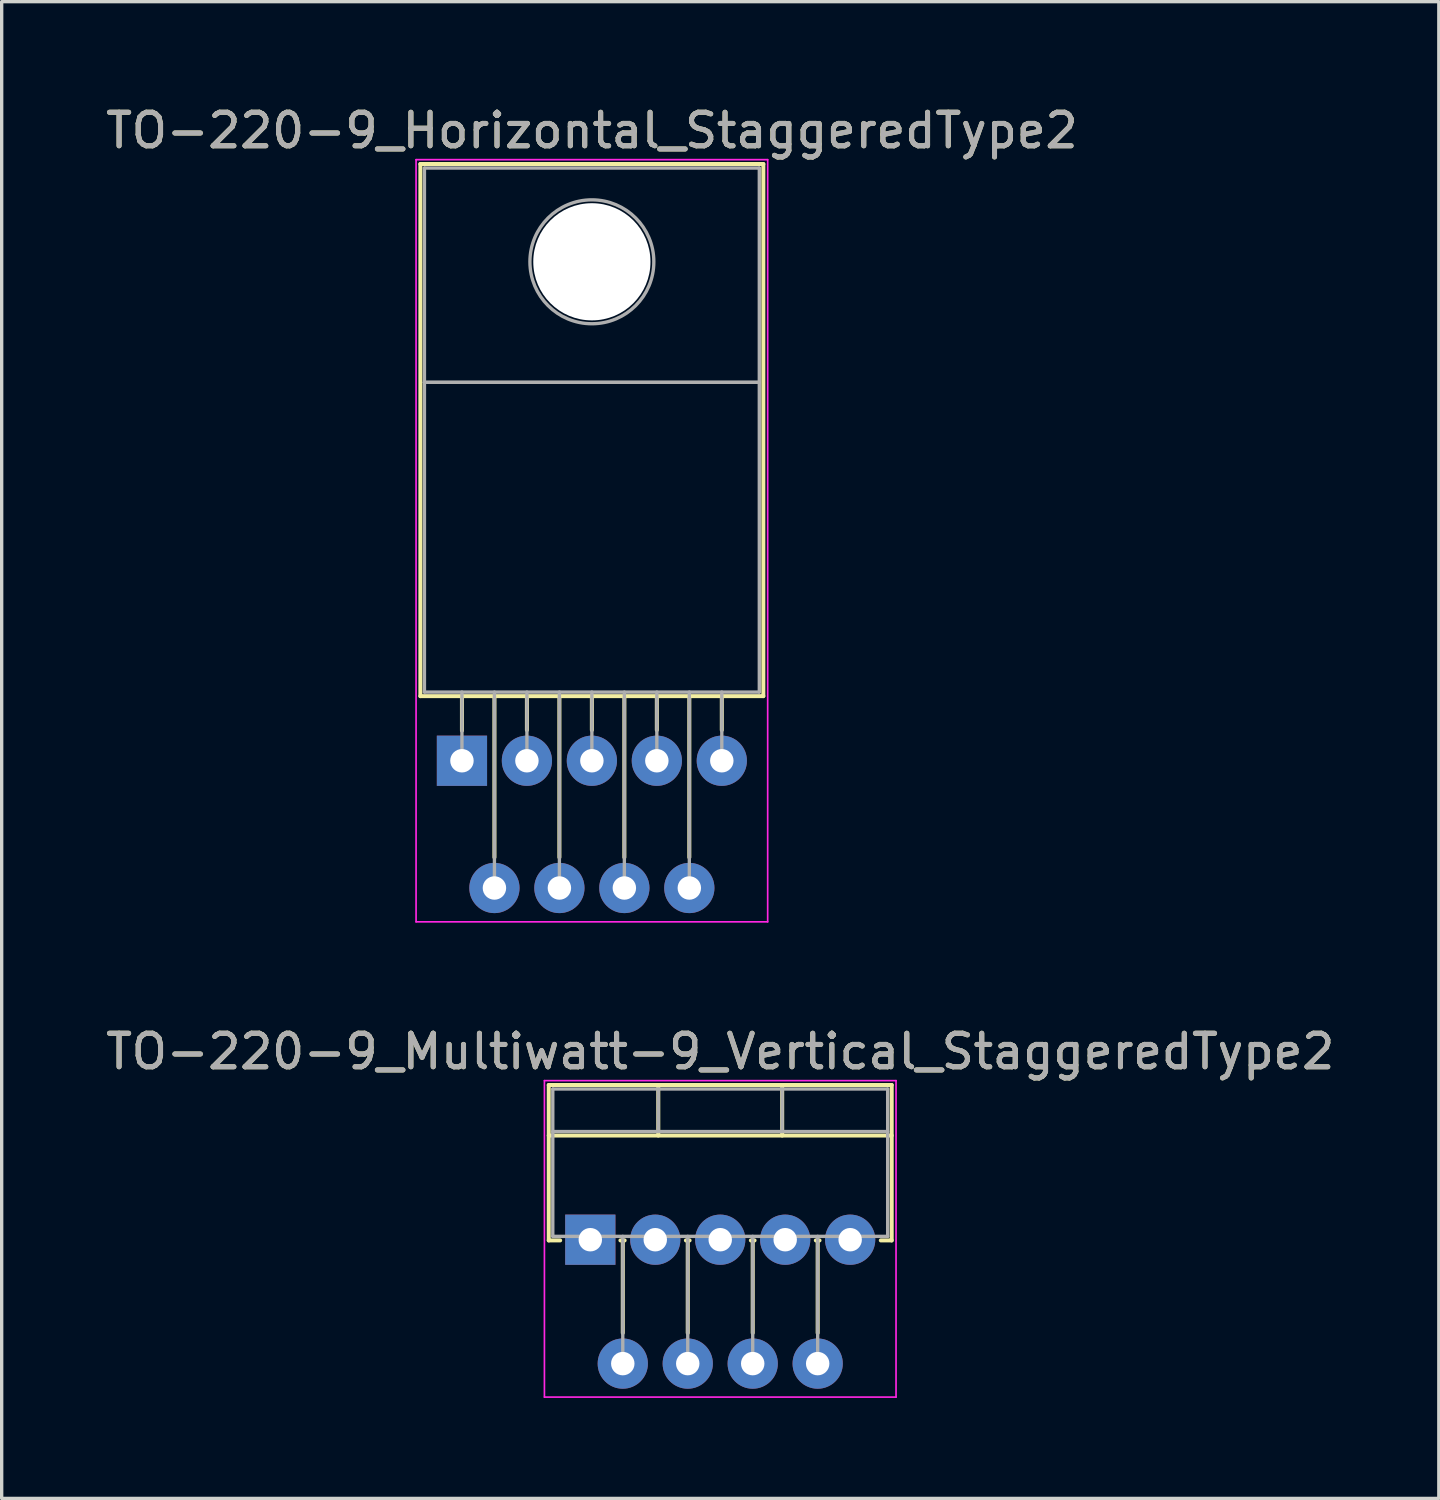
<source format=kicad_pcb>
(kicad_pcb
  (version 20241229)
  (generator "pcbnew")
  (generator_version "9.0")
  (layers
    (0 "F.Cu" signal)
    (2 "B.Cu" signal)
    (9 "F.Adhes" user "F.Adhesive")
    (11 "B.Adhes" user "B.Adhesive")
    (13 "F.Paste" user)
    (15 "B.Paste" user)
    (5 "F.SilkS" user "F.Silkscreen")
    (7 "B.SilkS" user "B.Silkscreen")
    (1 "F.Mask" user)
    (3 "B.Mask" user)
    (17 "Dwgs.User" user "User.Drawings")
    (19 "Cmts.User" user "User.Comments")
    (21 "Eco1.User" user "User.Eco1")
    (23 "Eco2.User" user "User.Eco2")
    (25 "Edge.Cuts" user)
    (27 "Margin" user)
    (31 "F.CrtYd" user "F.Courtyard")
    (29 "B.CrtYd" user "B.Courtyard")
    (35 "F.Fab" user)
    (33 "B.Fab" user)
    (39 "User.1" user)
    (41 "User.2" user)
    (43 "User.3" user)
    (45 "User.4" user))
  (footprint "TO-220-9_Horizontal_StaggeredType2"
    (layer "F.Cu")
    (at 10.745 19.668)
    (property "Reference" "TO-220-9_Horizontal_StaggeredType2" (at 3.88 -18.82 0) (layer "F.SilkS") (effects (font (size 1 1) (thickness 0.15))))
    (attr through_hole)
    (fp_line (start -1.241 -17.82) (end -1.241 -1.93) (stroke (width 0.12) (type solid)) (layer "F.SilkS"))
    (fp_line (start -1.241 -17.82) (end 9 -17.82) (stroke (width 0.12) (type solid)) (layer "F.SilkS"))
    (fp_line (start -1.241 -1.93) (end 9 -1.93) (stroke (width 0.12) (type solid)) (layer "F.SilkS"))
    (fp_line (start 0 -1.93) (end 0 -0.9) (stroke (width 0.12) (type solid)) (layer "F.SilkS"))
    (fp_line (start 0.97 -1.93) (end 0.97 2.885) (stroke (width 0.12) (type solid)) (layer "F.SilkS"))
    (fp_line (start 1.94 -1.93) (end 1.94 -0.916) (stroke (width 0.12) (type solid)) (layer "F.SilkS"))
    (fp_line (start 2.91 -1.93) (end 2.91 2.885) (stroke (width 0.12) (type solid)) (layer "F.SilkS"))
    (fp_line (start 3.88 -1.93) (end 3.88 -0.916) (stroke (width 0.12) (type solid)) (layer "F.SilkS"))
    (fp_line (start 4.85 -1.93) (end 4.85 2.885) (stroke (width 0.12) (type solid)) (layer "F.SilkS"))
    (fp_line (start 5.82 -1.93) (end 5.82 -0.916) (stroke (width 0.12) (type solid)) (layer "F.SilkS"))
    (fp_line (start 6.79 -1.93) (end 6.79 2.885) (stroke (width 0.12) (type solid)) (layer "F.SilkS"))
    (fp_line (start 7.76 -1.93) (end 7.76 -0.916) (stroke (width 0.12) (type solid)) (layer "F.SilkS"))
    (fp_line (start 9 -17.82) (end 9 -1.93) (stroke (width 0.12) (type solid)) (layer "F.SilkS"))
    (fp_line (start -1.37 -17.95) (end -1.37 4.81) (stroke (width 0.05) (type solid)) (layer "F.CrtYd"))
    (fp_line (start -1.37 4.81) (end 9.13 4.81) (stroke (width 0.05) (type solid)) (layer "F.CrtYd"))
    (fp_line (start 9.13 -17.95) (end -1.37 -17.95) (stroke (width 0.05) (type solid)) (layer "F.CrtYd"))
    (fp_line (start 9.13 4.81) (end 9.13 -17.95) (stroke (width 0.05) (type solid)) (layer "F.CrtYd"))
    (fp_line (start -1.12 -17.7) (end 8.88 -17.7) (stroke (width 0.1) (type solid)) (layer "F.Fab"))
    (fp_line (start -1.12 -11.3) (end -1.12 -17.7) (stroke (width 0.1) (type solid)) (layer "F.Fab"))
    (fp_line (start -1.12 -11.3) (end 8.88 -11.3) (stroke (width 0.1) (type solid)) (layer "F.Fab"))
    (fp_line (start -1.12 -2.05) (end -1.12 -11.3) (stroke (width 0.1) (type solid)) (layer "F.Fab"))
    (fp_line (start 0 -2.05) (end 0 0) (stroke (width 0.1) (type solid)) (layer "F.Fab"))
    (fp_line (start 0.97 -2.05) (end 0.97 3.8) (stroke (width 0.1) (type solid)) (layer "F.Fab"))
    (fp_line (start 1.94 -2.05) (end 1.94 0) (stroke (width 0.1) (type solid)) (layer "F.Fab"))
    (fp_line (start 2.91 -2.05) (end 2.91 3.8) (stroke (width 0.1) (type solid)) (layer "F.Fab"))
    (fp_line (start 3.88 -2.05) (end 3.88 0) (stroke (width 0.1) (type solid)) (layer "F.Fab"))
    (fp_line (start 4.85 -2.05) (end 4.85 3.8) (stroke (width 0.1) (type solid)) (layer "F.Fab"))
    (fp_line (start 5.82 -2.05) (end 5.82 0) (stroke (width 0.1) (type solid)) (layer "F.Fab"))
    (fp_line (start 6.79 -2.05) (end 6.79 3.8) (stroke (width 0.1) (type solid)) (layer "F.Fab"))
    (fp_line (start 7.76 -2.05) (end 7.76 0) (stroke (width 0.1) (type solid)) (layer "F.Fab"))
    (fp_line (start 8.88 -17.7) (end 8.88 -11.3) (stroke (width 0.1) (type solid)) (layer "F.Fab"))
    (fp_line (start 8.88 -11.3) (end -1.12 -11.3) (stroke (width 0.1) (type solid)) (layer "F.Fab"))
    (fp_line (start 8.88 -11.3) (end 8.88 -2.05) (stroke (width 0.1) (type solid)) (layer "F.Fab"))
    (fp_line (start 8.88 -2.05) (end -1.12 -2.05) (stroke (width 0.1) (type solid)) (layer "F.Fab"))
    (fp_circle (center 3.88 -14.9) (end 5.73 -14.9) (stroke (width 0.1) (type solid)) (fill no) (layer "F.Fab"))
    (fp_text user "${REFERENCE}" (at 3.88 -18.82 0) (layer "F.Fab") (effects (font (size 1 1) (thickness 0.15))))
    (pad "" np_thru_hole oval (at 3.88 -14.9) (size 3.5 3.5) (drill 3.5) (layers "*.Cu" "*.Mask"))
    (pad "1" thru_hole rect (at 0 0) (size 1.5 1.5) (drill 0.7) (layers "*.Cu" "*.Mask"))
    (pad "2" thru_hole oval (at 0.97 3.8) (size 1.5 1.5) (drill 0.7) (layers "*.Cu" "*.Mask"))
    (pad "3" thru_hole oval (at 1.94 0) (size 1.5 1.5) (drill 0.7) (layers "*.Cu" "*.Mask"))
    (pad "4" thru_hole oval (at 2.91 3.8) (size 1.5 1.5) (drill 0.7) (layers "*.Cu" "*.Mask"))
    (pad "5" thru_hole oval (at 3.88 0) (size 1.5 1.5) (drill 0.7) (layers "*.Cu" "*.Mask"))
    (pad "6" thru_hole oval (at 4.85 3.8) (size 1.5 1.5) (drill 0.7) (layers "*.Cu" "*.Mask"))
    (pad "7" thru_hole oval (at 5.82 0) (size 1.5 1.5) (drill 0.7) (layers "*.Cu" "*.Mask"))
    (pad "8" thru_hole oval (at 6.79 3.8) (size 1.5 1.5) (drill 0.7) (layers "*.Cu" "*.Mask"))
    (pad "9" thru_hole oval (at 7.76 0) (size 1.5 1.5) (drill 0.7) (layers "*.Cu" "*.Mask")))
  (footprint "TO-220-9_Multiwatt-9_Vertical_StaggeredType2"
    (layer "F.Cu")
    (at 14.578 33.971)
    (property "Reference" "TO-220-9_Multiwatt-9_Vertical_StaggeredType2" (at 3.88 -5.62 0) (layer "F.SilkS") (effects (font (size 1 1) (thickness 0.15))))
    (attr through_hole)
    (fp_line (start -1.241 -4.62) (end -1.241 0.021) (stroke (width 0.12) (type solid)) (layer "F.SilkS"))
    (fp_line (start -1.241 -4.62) (end 9 -4.62) (stroke (width 0.12) (type solid)) (layer "F.SilkS"))
    (fp_line (start -1.241 -3.111) (end 9 -3.111) (stroke (width 0.12) (type solid)) (layer "F.SilkS"))
    (fp_line (start -1.241 0.021) (end -0.9 0.021) (stroke (width 0.12) (type solid)) (layer "F.SilkS"))
    (fp_line (start 0.9 0.021) (end 1.025 0.021) (stroke (width 0.12) (type solid)) (layer "F.SilkS"))
    (fp_line (start 0.97 0.021) (end 0.97 2.785) (stroke (width 0.12) (type solid)) (layer "F.SilkS"))
    (fp_line (start 2.03 -4.62) (end 2.03 -3.111) (stroke (width 0.12) (type solid)) (layer "F.SilkS"))
    (fp_line (start 2.855 0.021) (end 2.965 0.021) (stroke (width 0.12) (type solid)) (layer "F.SilkS"))
    (fp_line (start 2.91 0.021) (end 2.91 2.785) (stroke (width 0.12) (type solid)) (layer "F.SilkS"))
    (fp_line (start 4.795 0.021) (end 4.905 0.021) (stroke (width 0.12) (type solid)) (layer "F.SilkS"))
    (fp_line (start 4.85 0.021) (end 4.85 2.785) (stroke (width 0.12) (type solid)) (layer "F.SilkS"))
    (fp_line (start 5.73 -4.62) (end 5.73 -3.111) (stroke (width 0.12) (type solid)) (layer "F.SilkS"))
    (fp_line (start 6.735 0.021) (end 6.845 0.021) (stroke (width 0.12) (type solid)) (layer "F.SilkS"))
    (fp_line (start 6.79 0.021) (end 6.79 2.785) (stroke (width 0.12) (type solid)) (layer "F.SilkS"))
    (fp_line (start 8.675 0.021) (end 9 0.021) (stroke (width 0.12) (type solid)) (layer "F.SilkS"))
    (fp_line (start 9 -4.62) (end 9 0.021) (stroke (width 0.12) (type solid)) (layer "F.SilkS"))
    (fp_line (start -1.37 -4.75) (end -1.37 4.7) (stroke (width 0.05) (type solid)) (layer "F.CrtYd"))
    (fp_line (start -1.37 4.7) (end 9.13 4.7) (stroke (width 0.05) (type solid)) (layer "F.CrtYd"))
    (fp_line (start 9.13 -4.75) (end -1.37 -4.75) (stroke (width 0.05) (type solid)) (layer "F.CrtYd"))
    (fp_line (start 9.13 4.7) (end 9.13 -4.75) (stroke (width 0.05) (type solid)) (layer "F.CrtYd"))
    (fp_line (start -1.12 -4.5) (end -1.12 -0.1) (stroke (width 0.1) (type solid)) (layer "F.Fab"))
    (fp_line (start -1.12 -3.23) (end 8.88 -3.23) (stroke (width 0.1) (type solid)) (layer "F.Fab"))
    (fp_line (start -1.12 -0.1) (end 8.88 -0.1) (stroke (width 0.1) (type solid)) (layer "F.Fab"))
    (fp_line (start 0 -0.1) (end 0 0) (stroke (width 0.1) (type solid)) (layer "F.Fab"))
    (fp_line (start 0.97 -0.1) (end 0.97 3.7) (stroke (width 0.1) (type solid)) (layer "F.Fab"))
    (fp_line (start 1.94 -0.1) (end 1.94 0) (stroke (width 0.1) (type solid)) (layer "F.Fab"))
    (fp_line (start 2.03 -4.5) (end 2.03 -3.23) (stroke (width 0.1) (type solid)) (layer "F.Fab"))
    (fp_line (start 2.91 -0.1) (end 2.91 3.7) (stroke (width 0.1) (type solid)) (layer "F.Fab"))
    (fp_line (start 3.88 -0.1) (end 3.88 0) (stroke (width 0.1) (type solid)) (layer "F.Fab"))
    (fp_line (start 4.85 -0.1) (end 4.85 3.7) (stroke (width 0.1) (type solid)) (layer "F.Fab"))
    (fp_line (start 5.73 -4.5) (end 5.73 -3.23) (stroke (width 0.1) (type solid)) (layer "F.Fab"))
    (fp_line (start 5.82 -0.1) (end 5.82 0) (stroke (width 0.1) (type solid)) (layer "F.Fab"))
    (fp_line (start 6.79 -0.1) (end 6.79 3.7) (stroke (width 0.1) (type solid)) (layer "F.Fab"))
    (fp_line (start 7.76 -0.1) (end 7.76 0) (stroke (width 0.1) (type solid)) (layer "F.Fab"))
    (fp_line (start 8.88 -4.5) (end -1.12 -4.5) (stroke (width 0.1) (type solid)) (layer "F.Fab"))
    (fp_line (start 8.88 -0.1) (end 8.88 -4.5) (stroke (width 0.1) (type solid)) (layer "F.Fab"))
    (fp_text user "${REFERENCE}" (at 3.88 -5.62 0) (layer "F.Fab") (effects (font (size 1 1) (thickness 0.15))))
    (pad "1" thru_hole rect (at 0 0) (size 1.5 1.5) (drill 0.7) (layers "*.Cu" "*.Mask"))
    (pad "2" thru_hole oval (at 0.97 3.7) (size 1.5 1.5) (drill 0.7) (layers "*.Cu" "*.Mask"))
    (pad "3" thru_hole oval (at 1.94 0) (size 1.5 1.5) (drill 0.7) (layers "*.Cu" "*.Mask"))
    (pad "4" thru_hole oval (at 2.91 3.7) (size 1.5 1.5) (drill 0.7) (layers "*.Cu" "*.Mask"))
    (pad "5" thru_hole oval (at 3.88 0) (size 1.5 1.5) (drill 0.7) (layers "*.Cu" "*.Mask"))
    (pad "6" thru_hole oval (at 4.85 3.7) (size 1.5 1.5) (drill 0.7) (layers "*.Cu" "*.Mask"))
    (pad "7" thru_hole oval (at 5.82 0) (size 1.5 1.5) (drill 0.7) (layers "*.Cu" "*.Mask"))
    (pad "8" thru_hole oval (at 6.79 3.7) (size 1.5 1.5) (drill 0.7) (layers "*.Cu" "*.Mask"))
    (pad "9" thru_hole oval (at 7.76 0) (size 1.5 1.5) (drill 0.7) (layers "*.Cu" "*.Mask")))
  (gr_rect
    (start -3 -3)
    (end 39.917 41.697)
    (stroke (width 0.1) (type default))
    (fill no)
    (layer "Edge.Cuts")))
</source>
